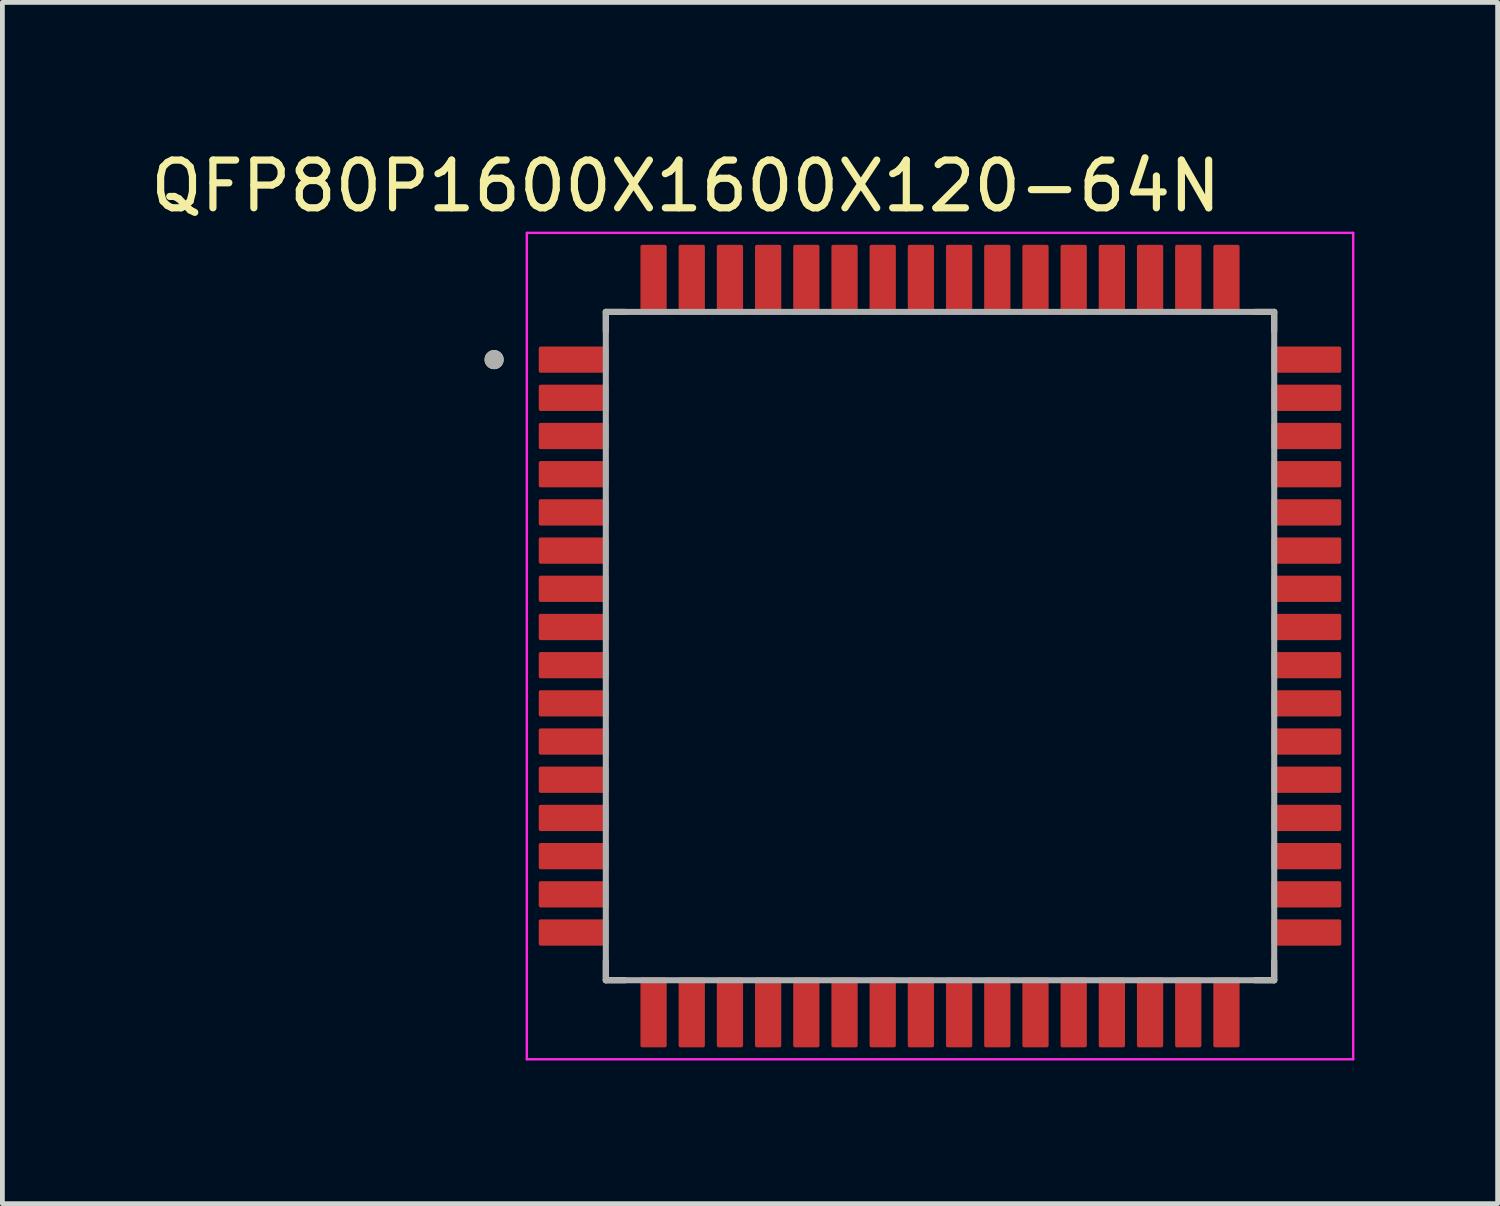
<source format=kicad_pcb>
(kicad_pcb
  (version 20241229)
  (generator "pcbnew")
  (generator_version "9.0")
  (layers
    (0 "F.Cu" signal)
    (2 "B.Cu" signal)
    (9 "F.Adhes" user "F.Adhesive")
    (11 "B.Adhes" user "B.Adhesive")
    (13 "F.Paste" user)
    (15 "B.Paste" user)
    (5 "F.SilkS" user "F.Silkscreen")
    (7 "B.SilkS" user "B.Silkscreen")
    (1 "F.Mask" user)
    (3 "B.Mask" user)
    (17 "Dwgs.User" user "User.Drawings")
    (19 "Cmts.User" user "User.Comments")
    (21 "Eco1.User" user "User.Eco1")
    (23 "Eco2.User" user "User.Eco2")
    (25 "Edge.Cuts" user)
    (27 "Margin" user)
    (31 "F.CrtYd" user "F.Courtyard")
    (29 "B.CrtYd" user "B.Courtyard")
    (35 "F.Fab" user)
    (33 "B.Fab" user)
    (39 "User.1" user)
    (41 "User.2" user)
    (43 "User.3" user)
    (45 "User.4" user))
  (footprint "QFP80P1600X1600X120-64N"
    (layer "F.Cu")
    (at 16.64 10.483)
    (property "Reference" "QFP80P1600X1600X120-64N" (at -5.325 -9.635 0) (layer "F.SilkS") (effects (font (size 1 1) (thickness 0.15))))
    (attr through_hole)
    (fp_line (start -7 -7) (end -7 -6.595) (stroke (width 0.127) (type solid)) (layer "F.SilkS"))
    (fp_line (start -7 -7) (end -6.595 -7) (stroke (width 0.127) (type solid)) (layer "F.SilkS"))
    (fp_line (start -7 7) (end -7 6.595) (stroke (width 0.127) (type solid)) (layer "F.SilkS"))
    (fp_line (start -7 7) (end -6.595 7) (stroke (width 0.127) (type solid)) (layer "F.SilkS"))
    (fp_line (start 7 -7) (end 6.595 -7) (stroke (width 0.127) (type solid)) (layer "F.SilkS"))
    (fp_line (start 7 -7) (end 7 -6.595) (stroke (width 0.127) (type solid)) (layer "F.SilkS"))
    (fp_line (start 7 7) (end 6.595 7) (stroke (width 0.127) (type solid)) (layer "F.SilkS"))
    (fp_line (start 7 7) (end 7 6.595) (stroke (width 0.127) (type solid)) (layer "F.SilkS"))
    (fp_circle (center -9.34 -6) (end -9.24 -6) (stroke (width 0.2) (type solid)) (fill no) (layer "F.SilkS"))
    (fp_line (start -8.655 -8.655) (end 8.655 -8.655) (stroke (width 0.05) (type solid)) (layer "F.CrtYd"))
    (fp_line (start -8.655 8.655) (end -8.655 -8.655) (stroke (width 0.05) (type solid)) (layer "F.CrtYd"))
    (fp_line (start -8.655 8.655) (end 8.655 8.655) (stroke (width 0.05) (type solid)) (layer "F.CrtYd"))
    (fp_line (start 8.655 8.655) (end 8.655 -8.655) (stroke (width 0.05) (type solid)) (layer "F.CrtYd"))
    (fp_line (start -7 7) (end -7 -7) (stroke (width 0.127) (type solid)) (layer "F.Fab"))
    (fp_line (start 7 -7) (end -7 -7) (stroke (width 0.127) (type solid)) (layer "F.Fab"))
    (fp_line (start 7 7) (end -7 7) (stroke (width 0.127) (type solid)) (layer "F.Fab"))
    (fp_line (start 7 7) (end 7 -7) (stroke (width 0.127) (type solid)) (layer "F.Fab"))
    (fp_circle (center -9.34 -6) (end -9.24 -6) (stroke (width 0.2) (type solid)) (fill no) (layer "F.Fab"))
    (pad "1" smd roundrect (at -7.67 -6) (size 1.47 0.55) (layers "F.Cu" "F.Mask" "F.Paste") (roundrect_rratio 0.07))
    (pad "2" smd roundrect (at -7.67 -5.2) (size 1.47 0.55) (layers "F.Cu" "F.Mask" "F.Paste") (roundrect_rratio 0.07))
    (pad "3" smd roundrect (at -7.67 -4.4) (size 1.47 0.55) (layers "F.Cu" "F.Mask" "F.Paste") (roundrect_rratio 0.07))
    (pad "4" smd roundrect (at -7.67 -3.6) (size 1.47 0.55) (layers "F.Cu" "F.Mask" "F.Paste") (roundrect_rratio 0.07))
    (pad "5" smd roundrect (at -7.67 -2.8) (size 1.47 0.55) (layers "F.Cu" "F.Mask" "F.Paste") (roundrect_rratio 0.07))
    (pad "6" smd roundrect (at -7.67 -2) (size 1.47 0.55) (layers "F.Cu" "F.Mask" "F.Paste") (roundrect_rratio 0.07))
    (pad "7" smd roundrect (at -7.67 -1.2) (size 1.47 0.55) (layers "F.Cu" "F.Mask" "F.Paste") (roundrect_rratio 0.07))
    (pad "8" smd roundrect (at -7.67 -0.4) (size 1.47 0.55) (layers "F.Cu" "F.Mask" "F.Paste") (roundrect_rratio 0.07))
    (pad "9" smd roundrect (at -7.67 0.4) (size 1.47 0.55) (layers "F.Cu" "F.Mask" "F.Paste") (roundrect_rratio 0.07))
    (pad "10" smd roundrect (at -7.67 1.2) (size 1.47 0.55) (layers "F.Cu" "F.Mask" "F.Paste") (roundrect_rratio 0.07))
    (pad "11" smd roundrect (at -7.67 2) (size 1.47 0.55) (layers "F.Cu" "F.Mask" "F.Paste") (roundrect_rratio 0.07))
    (pad "12" smd roundrect (at -7.67 2.8) (size 1.47 0.55) (layers "F.Cu" "F.Mask" "F.Paste") (roundrect_rratio 0.07))
    (pad "13" smd roundrect (at -7.67 3.6) (size 1.47 0.55) (layers "F.Cu" "F.Mask" "F.Paste") (roundrect_rratio 0.07))
    (pad "14" smd roundrect (at -7.67 4.4) (size 1.47 0.55) (layers "F.Cu" "F.Mask" "F.Paste") (roundrect_rratio 0.07))
    (pad "15" smd roundrect (at -7.67 5.2) (size 1.47 0.55) (layers "F.Cu" "F.Mask" "F.Paste") (roundrect_rratio 0.07))
    (pad "16" smd roundrect (at -7.67 6) (size 1.47 0.55) (layers "F.Cu" "F.Mask" "F.Paste") (roundrect_rratio 0.07))
    (pad "17" smd roundrect (at -6 7.67) (size 0.55 1.47) (layers "F.Cu" "F.Mask" "F.Paste") (roundrect_rratio 0.07))
    (pad "18" smd roundrect (at -5.2 7.67) (size 0.55 1.47) (layers "F.Cu" "F.Mask" "F.Paste") (roundrect_rratio 0.07))
    (pad "19" smd roundrect (at -4.4 7.67) (size 0.55 1.47) (layers "F.Cu" "F.Mask" "F.Paste") (roundrect_rratio 0.07))
    (pad "20" smd roundrect (at -3.6 7.67) (size 0.55 1.47) (layers "F.Cu" "F.Mask" "F.Paste") (roundrect_rratio 0.07))
    (pad "21" smd roundrect (at -2.8 7.67) (size 0.55 1.47) (layers "F.Cu" "F.Mask" "F.Paste") (roundrect_rratio 0.07))
    (pad "22" smd roundrect (at -2 7.67) (size 0.55 1.47) (layers "F.Cu" "F.Mask" "F.Paste") (roundrect_rratio 0.07))
    (pad "23" smd roundrect (at -1.2 7.67) (size 0.55 1.47) (layers "F.Cu" "F.Mask" "F.Paste") (roundrect_rratio 0.07))
    (pad "24" smd roundrect (at -0.4 7.67) (size 0.55 1.47) (layers "F.Cu" "F.Mask" "F.Paste") (roundrect_rratio 0.07))
    (pad "25" smd roundrect (at 0.4 7.67) (size 0.55 1.47) (layers "F.Cu" "F.Mask" "F.Paste") (roundrect_rratio 0.07))
    (pad "26" smd roundrect (at 1.2 7.67) (size 0.55 1.47) (layers "F.Cu" "F.Mask" "F.Paste") (roundrect_rratio 0.07))
    (pad "27" smd roundrect (at 2 7.67) (size 0.55 1.47) (layers "F.Cu" "F.Mask" "F.Paste") (roundrect_rratio 0.07))
    (pad "28" smd roundrect (at 2.8 7.67) (size 0.55 1.47) (layers "F.Cu" "F.Mask" "F.Paste") (roundrect_rratio 0.07))
    (pad "29" smd roundrect (at 3.6 7.67) (size 0.55 1.47) (layers "F.Cu" "F.Mask" "F.Paste") (roundrect_rratio 0.07))
    (pad "30" smd roundrect (at 4.4 7.67) (size 0.55 1.47) (layers "F.Cu" "F.Mask" "F.Paste") (roundrect_rratio 0.07))
    (pad "31" smd roundrect (at 5.2 7.67) (size 0.55 1.47) (layers "F.Cu" "F.Mask" "F.Paste") (roundrect_rratio 0.07))
    (pad "32" smd roundrect (at 6 7.67) (size 0.55 1.47) (layers "F.Cu" "F.Mask" "F.Paste") (roundrect_rratio 0.07))
    (pad "33" smd roundrect (at 7.67 6) (size 1.47 0.55) (layers "F.Cu" "F.Mask" "F.Paste") (roundrect_rratio 0.07))
    (pad "34" smd roundrect (at 7.67 5.2) (size 1.47 0.55) (layers "F.Cu" "F.Mask" "F.Paste") (roundrect_rratio 0.07))
    (pad "35" smd roundrect (at 7.67 4.4) (size 1.47 0.55) (layers "F.Cu" "F.Mask" "F.Paste") (roundrect_rratio 0.07))
    (pad "36" smd roundrect (at 7.67 3.6) (size 1.47 0.55) (layers "F.Cu" "F.Mask" "F.Paste") (roundrect_rratio 0.07))
    (pad "37" smd roundrect (at 7.67 2.8) (size 1.47 0.55) (layers "F.Cu" "F.Mask" "F.Paste") (roundrect_rratio 0.07))
    (pad "38" smd roundrect (at 7.67 2) (size 1.47 0.55) (layers "F.Cu" "F.Mask" "F.Paste") (roundrect_rratio 0.07))
    (pad "39" smd roundrect (at 7.67 1.2) (size 1.47 0.55) (layers "F.Cu" "F.Mask" "F.Paste") (roundrect_rratio 0.07))
    (pad "40" smd roundrect (at 7.67 0.4) (size 1.47 0.55) (layers "F.Cu" "F.Mask" "F.Paste") (roundrect_rratio 0.07))
    (pad "41" smd roundrect (at 7.67 -0.4) (size 1.47 0.55) (layers "F.Cu" "F.Mask" "F.Paste") (roundrect_rratio 0.07))
    (pad "42" smd roundrect (at 7.67 -1.2) (size 1.47 0.55) (layers "F.Cu" "F.Mask" "F.Paste") (roundrect_rratio 0.07))
    (pad "43" smd roundrect (at 7.67 -2) (size 1.47 0.55) (layers "F.Cu" "F.Mask" "F.Paste") (roundrect_rratio 0.07))
    (pad "44" smd roundrect (at 7.67 -2.8) (size 1.47 0.55) (layers "F.Cu" "F.Mask" "F.Paste") (roundrect_rratio 0.07))
    (pad "45" smd roundrect (at 7.67 -3.6) (size 1.47 0.55) (layers "F.Cu" "F.Mask" "F.Paste") (roundrect_rratio 0.07))
    (pad "46" smd roundrect (at 7.67 -4.4) (size 1.47 0.55) (layers "F.Cu" "F.Mask" "F.Paste") (roundrect_rratio 0.07))
    (pad "47" smd roundrect (at 7.67 -5.2) (size 1.47 0.55) (layers "F.Cu" "F.Mask" "F.Paste") (roundrect_rratio 0.07))
    (pad "48" smd roundrect (at 7.67 -6) (size 1.47 0.55) (layers "F.Cu" "F.Mask" "F.Paste") (roundrect_rratio 0.07))
    (pad "49" smd roundrect (at 6 -7.67) (size 0.55 1.47) (layers "F.Cu" "F.Mask" "F.Paste") (roundrect_rratio 0.07))
    (pad "50" smd roundrect (at 5.2 -7.67) (size 0.55 1.47) (layers "F.Cu" "F.Mask" "F.Paste") (roundrect_rratio 0.07))
    (pad "51" smd roundrect (at 4.4 -7.67) (size 0.55 1.47) (layers "F.Cu" "F.Mask" "F.Paste") (roundrect_rratio 0.07))
    (pad "52" smd roundrect (at 3.6 -7.67) (size 0.55 1.47) (layers "F.Cu" "F.Mask" "F.Paste") (roundrect_rratio 0.07))
    (pad "53" smd roundrect (at 2.8 -7.67) (size 0.55 1.47) (layers "F.Cu" "F.Mask" "F.Paste") (roundrect_rratio 0.07))
    (pad "54" smd roundrect (at 2 -7.67) (size 0.55 1.47) (layers "F.Cu" "F.Mask" "F.Paste") (roundrect_rratio 0.07))
    (pad "55" smd roundrect (at 1.2 -7.67) (size 0.55 1.47) (layers "F.Cu" "F.Mask" "F.Paste") (roundrect_rratio 0.07))
    (pad "56" smd roundrect (at 0.4 -7.67) (size 0.55 1.47) (layers "F.Cu" "F.Mask" "F.Paste") (roundrect_rratio 0.07))
    (pad "57" smd roundrect (at -0.4 -7.67) (size 0.55 1.47) (layers "F.Cu" "F.Mask" "F.Paste") (roundrect_rratio 0.07))
    (pad "58" smd roundrect (at -1.2 -7.67) (size 0.55 1.47) (layers "F.Cu" "F.Mask" "F.Paste") (roundrect_rratio 0.07))
    (pad "59" smd roundrect (at -2 -7.67) (size 0.55 1.47) (layers "F.Cu" "F.Mask" "F.Paste") (roundrect_rratio 0.07))
    (pad "60" smd roundrect (at -2.8 -7.67) (size 0.55 1.47) (layers "F.Cu" "F.Mask" "F.Paste") (roundrect_rratio 0.07))
    (pad "61" smd roundrect (at -3.6 -7.67) (size 0.55 1.47) (layers "F.Cu" "F.Mask" "F.Paste") (roundrect_rratio 0.07))
    (pad "62" smd roundrect (at -4.4 -7.67) (size 0.55 1.47) (layers "F.Cu" "F.Mask" "F.Paste") (roundrect_rratio 0.07))
    (pad "63" smd roundrect (at -5.2 -7.67) (size 0.55 1.47) (layers "F.Cu" "F.Mask" "F.Paste") (roundrect_rratio 0.07))
    (pad "64" smd roundrect (at -6 -7.67) (size 0.55 1.47) (layers "F.Cu" "F.Mask" "F.Paste") (roundrect_rratio 0.07)))
  (gr_rect
    (start -3 -3)
    (end 28.32 22.163)
    (stroke (width 0.1) (type default))
    (fill no)
    (layer "Edge.Cuts")))
</source>
